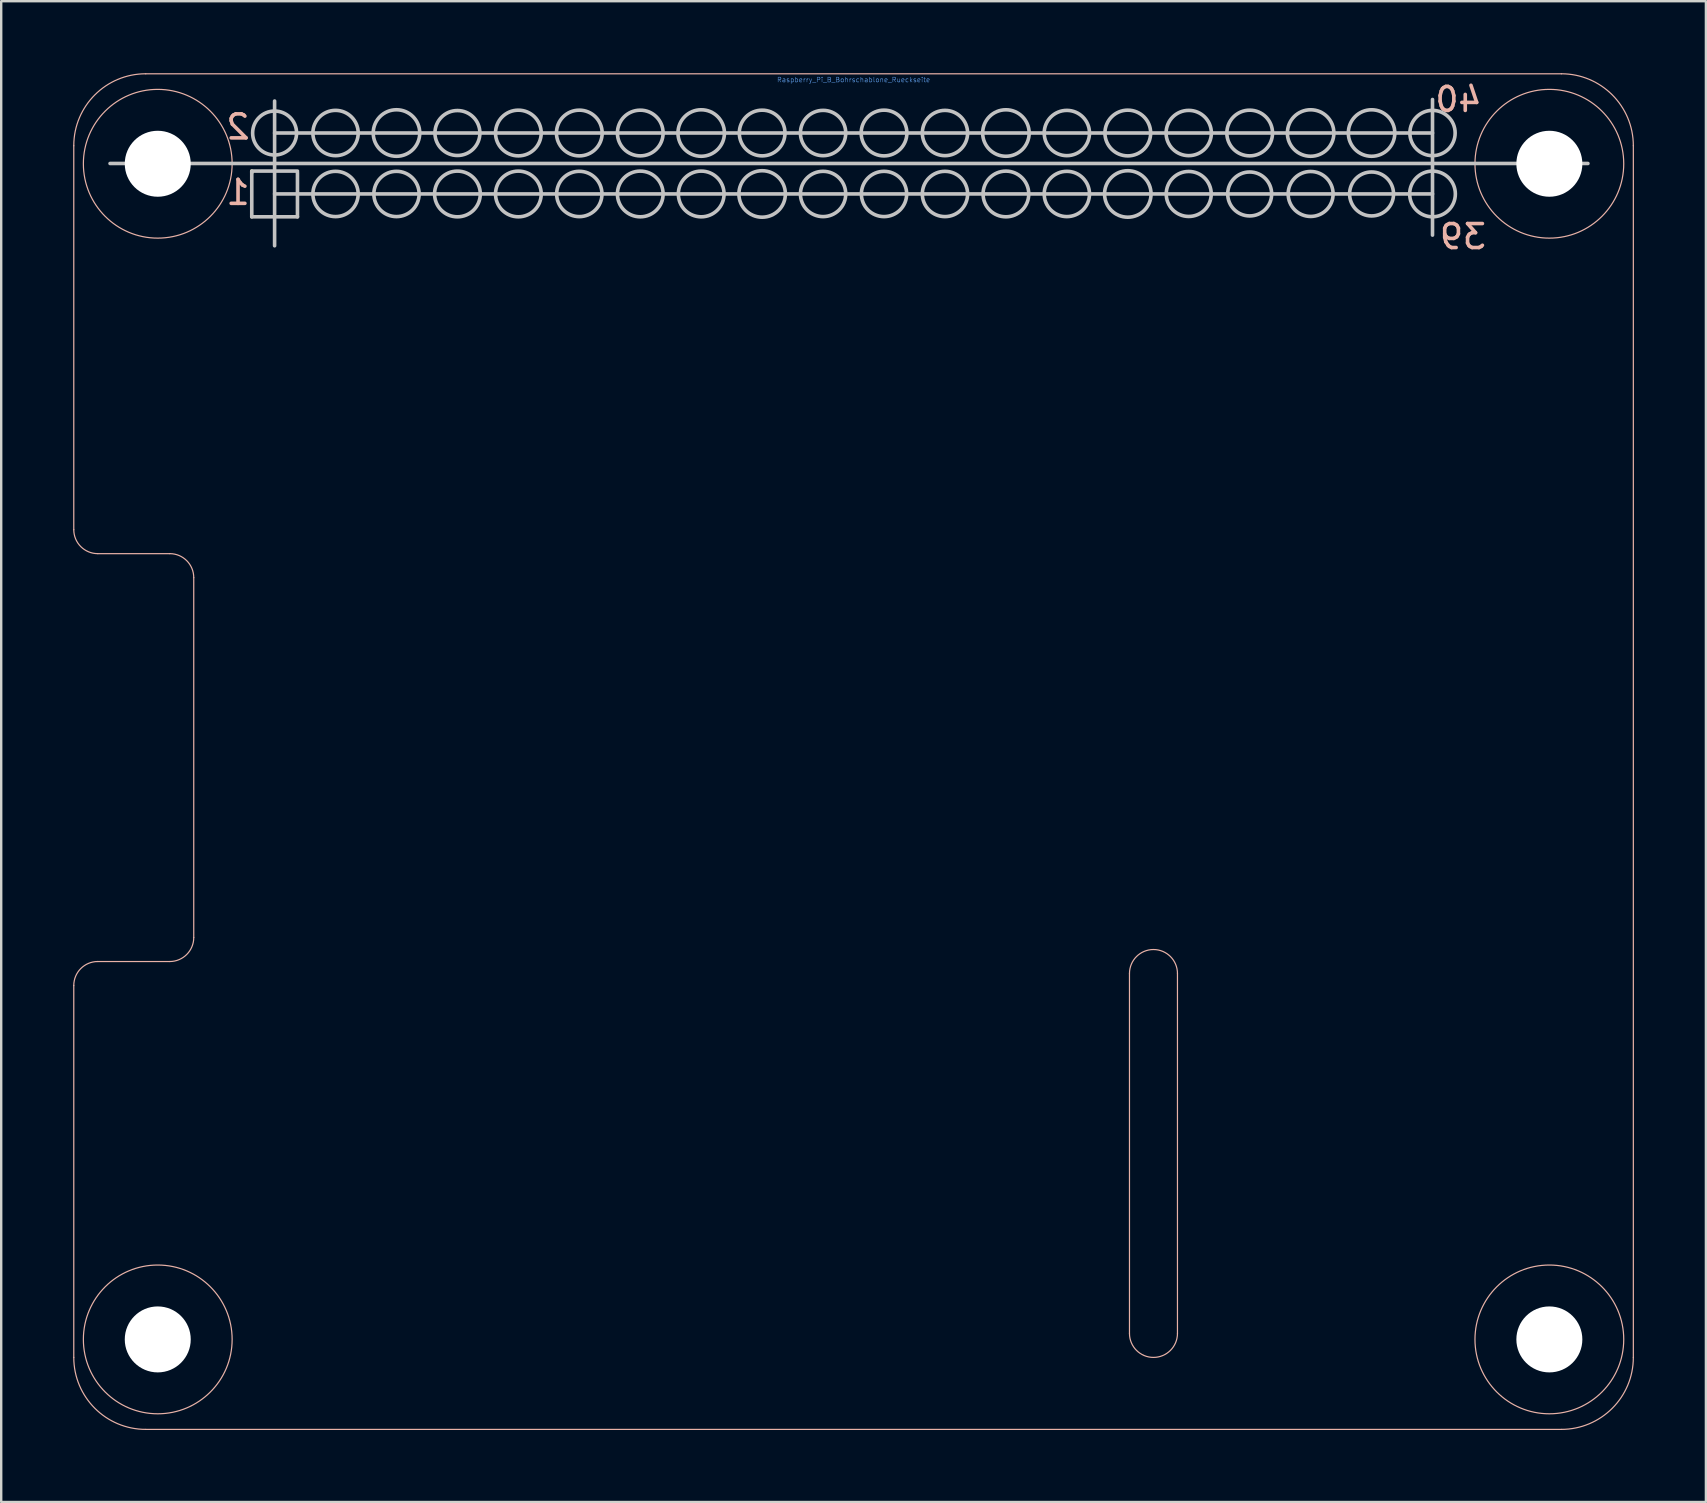
<source format=kicad_pcb>
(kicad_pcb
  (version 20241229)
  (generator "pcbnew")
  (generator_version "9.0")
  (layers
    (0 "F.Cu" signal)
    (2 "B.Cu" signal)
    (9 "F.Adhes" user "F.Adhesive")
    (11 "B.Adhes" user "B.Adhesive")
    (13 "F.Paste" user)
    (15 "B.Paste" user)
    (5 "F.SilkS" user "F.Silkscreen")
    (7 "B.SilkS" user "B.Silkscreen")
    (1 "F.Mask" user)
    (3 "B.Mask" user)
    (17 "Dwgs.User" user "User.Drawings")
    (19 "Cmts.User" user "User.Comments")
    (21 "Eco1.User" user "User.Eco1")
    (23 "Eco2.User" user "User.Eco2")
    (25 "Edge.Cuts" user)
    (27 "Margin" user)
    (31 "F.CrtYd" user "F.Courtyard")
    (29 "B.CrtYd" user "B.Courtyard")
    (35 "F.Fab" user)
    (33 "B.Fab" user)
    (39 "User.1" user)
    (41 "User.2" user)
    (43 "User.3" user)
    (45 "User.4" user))
  (footprint "Raspberry_Pi_B_Bohrschablone_Rueckseite"
    (layer "F.Cu")
    (at 32.525 28.275)
    (property "Reference" "Raspberry_Pi_B_Bohrschablone_Rueckseite" (at 0 -28 0) (layer "Cmts.User") (effects (font (size 0.2 0.2) (thickness 0.02))))
    (attr through_hole)
    (fp_line (start -25.082 -24.13) (end -25.082 -24.194) (stroke (width 0.15) (type solid)) (layer "F.SilkS"))
    (fp_line (start -32.5 -25.25) (end -32.5 -9.25) (stroke (width 0.05) (type solid)) (layer "B.SilkS"))
    (fp_line (start -32.5 9.75) (end -32.5 25.25) (stroke (width 0.05) (type solid)) (layer "B.SilkS"))
    (fp_line (start -31.5 -8.25) (end -28.5 -8.25) (stroke (width 0.05) (type solid)) (layer "B.SilkS"))
    (fp_line (start -31.5 8.75) (end -28.5 8.75) (stroke (width 0.05) (type solid)) (layer "B.SilkS"))
    (fp_line (start -29.5 -28.25) (end 29.5 -28.25) (stroke (width 0.05) (type solid)) (layer "B.SilkS"))
    (fp_line (start -29.5 28.25) (end 29.5 28.25) (stroke (width 0.05) (type solid)) (layer "B.SilkS"))
    (fp_line (start -27.5 -7.25) (end -27.5 7.75) (stroke (width 0.05) (type solid)) (layer "B.SilkS"))
    (fp_line (start 11.5 9.25) (end 11.5 24.25) (stroke (width 0.05) (type solid)) (layer "B.SilkS"))
    (fp_line (start 13.5 9.25) (end 13.5 24.25) (stroke (width 0.05) (type solid)) (layer "B.SilkS"))
    (fp_line (start 32.5 -25.25) (end 32.5 25.25) (stroke (width 0.05) (type solid)) (layer "B.SilkS"))
    (fp_arc (start -32.5 -25.25) (mid -31.62132 -27.37132) (end -29.5 -28.25) (stroke (width 0.05) (type solid)) (layer "B.SilkS"))
    (fp_arc (start -32.5 9.75) (mid -32.207107 9.042893) (end -31.5 8.75) (stroke (width 0.05) (type solid)) (layer "B.SilkS"))
    (fp_arc (start -31.5 -8.25) (mid -32.207107 -8.542893) (end -32.5 -9.25) (stroke (width 0.05) (type solid)) (layer "B.SilkS"))
    (fp_arc (start -29.5 28.25) (mid -31.62132 27.37132) (end -32.5 25.25) (stroke (width 0.05) (type solid)) (layer "B.SilkS"))
    (fp_arc (start -28.5 -8.25) (mid -27.792893 -7.957107) (end -27.5 -7.25) (stroke (width 0.05) (type solid)) (layer "B.SilkS"))
    (fp_arc (start -27.5 7.75) (mid -27.792893 8.457107) (end -28.5 8.75) (stroke (width 0.05) (type solid)) (layer "B.SilkS"))
    (fp_arc (start 11.5 9.25) (mid 12.5 8.25) (end 13.5 9.25) (stroke (width 0.05) (type solid)) (layer "B.SilkS"))
    (fp_arc (start 13.5 24.25) (mid 12.5 25.25) (end 11.5 24.25) (stroke (width 0.05) (type solid)) (layer "B.SilkS"))
    (fp_arc (start 29.5 -28.25) (mid 31.62132 -27.37132) (end 32.5 -25.25) (stroke (width 0.05) (type solid)) (layer "B.SilkS"))
    (fp_arc (start 32.5 25.25) (mid 31.62132 27.37132) (end 29.5 28.25) (stroke (width 0.05) (type solid)) (layer "B.SilkS"))
    (fp_circle (center -29 -24.5) (end -32.1 -24.5) (stroke (width 0.05) (type solid)) (fill no) (layer "B.SilkS"))
    (fp_circle (center -29 24.5) (end -32.1 24.5) (stroke (width 0.05) (type solid)) (fill no) (layer "B.SilkS"))
    (fp_circle (center 29 -24.5) (end 25.9 -24.5) (stroke (width 0.05) (type solid)) (fill no) (layer "B.SilkS"))
    (fp_circle (center 29 24.5) (end 25.9 24.5) (stroke (width 0.05) (type solid)) (fill no) (layer "B.SilkS"))
    (fp_line (start -30.988 -24.511) (end 30.607 -24.511) (stroke (width 0.15) (type solid)) (layer "Dwgs.User"))
    (fp_line (start -25.082 -24.194) (end -23.177 -24.194) (stroke (width 0.15) (type solid)) (layer "Dwgs.User"))
    (fp_line (start -25.082 -22.288) (end -25.082 -24.13) (stroke (width 0.15) (type solid)) (layer "Dwgs.User"))
    (fp_line (start -24.13 -27.114) (end -24.13 -21.082) (stroke (width 0.15) (type solid)) (layer "Dwgs.User"))
    (fp_line (start -24.13 -23.241) (end 24.13 -23.241) (stroke (width 0.15) (type solid)) (layer "Dwgs.User"))
    (fp_line (start -23.177 -24.13) (end -23.177 -22.288) (stroke (width 0.15) (type solid)) (layer "Dwgs.User"))
    (fp_line (start -23.177 -22.288) (end -25.082 -22.288) (stroke (width 0.15) (type solid)) (layer "Dwgs.User"))
    (fp_line (start 24.13 -25.781) (end -24.13 -25.781) (stroke (width 0.15) (type solid)) (layer "Dwgs.User"))
    (fp_line (start 24.13 -21.526) (end 24.13 -27.178) (stroke (width 0.15) (type solid)) (layer "Dwgs.User"))
    (fp_circle (center -24.13 -25.781) (end -23.368 -25.273) (stroke (width 0.15) (type solid)) (fill no) (layer "Dwgs.User"))
    (fp_circle (center -21.59 -25.781) (end -20.955 -25.082) (stroke (width 0.15) (type solid)) (fill no) (layer "Dwgs.User"))
    (fp_circle (center -21.59 -23.241) (end -20.892 -22.606) (stroke (width 0.15) (type solid)) (fill no) (layer "Dwgs.User"))
    (fp_circle (center -19.05 -25.781) (end -18.224 -25.273) (stroke (width 0.15) (type solid)) (fill no) (layer "Dwgs.User"))
    (fp_circle (center -19.05 -23.241) (end -18.415 -22.543) (stroke (width 0.15) (type solid)) (fill no) (layer "Dwgs.User"))
    (fp_circle (center -16.51 -25.781) (end -16.066 -24.956) (stroke (width 0.15) (type solid)) (fill no) (layer "Dwgs.User"))
    (fp_circle (center -16.51 -23.241) (end -15.938 -22.479) (stroke (width 0.15) (type solid)) (fill no) (layer "Dwgs.User"))
    (fp_circle (center -13.97 -25.781) (end -13.399 -25.019) (stroke (width 0.15) (type solid)) (fill no) (layer "Dwgs.User"))
    (fp_circle (center -13.97 -23.241) (end -13.399 -22.479) (stroke (width 0.15) (type solid)) (fill no) (layer "Dwgs.User"))
    (fp_circle (center -11.43 -25.781) (end -10.668 -25.209) (stroke (width 0.15) (type solid)) (fill no) (layer "Dwgs.User"))
    (fp_circle (center -11.43 -23.241) (end -12.129 -22.606) (stroke (width 0.15) (type solid)) (fill no) (layer "Dwgs.User"))
    (fp_circle (center -8.89 -25.781) (end -8.319 -25.019) (stroke (width 0.15) (type solid)) (fill no) (layer "Dwgs.User"))
    (fp_circle (center -8.89 -23.241) (end -8.319 -22.479) (stroke (width 0.15) (type solid)) (fill no) (layer "Dwgs.User"))
    (fp_circle (center -6.35 -25.781) (end -5.842 -24.956) (stroke (width 0.15) (type solid)) (fill no) (layer "Dwgs.User"))
    (fp_circle (center -6.35 -23.241) (end -7.112 -22.669) (stroke (width 0.15) (type solid)) (fill no) (layer "Dwgs.User"))
    (fp_circle (center -3.81 -25.781) (end -3.239 -25.019) (stroke (width 0.15) (type solid)) (fill no) (layer "Dwgs.User"))
    (fp_circle (center -3.81 -23.241) (end -3.302 -22.416) (stroke (width 0.15) (type solid)) (fill no) (layer "Dwgs.User"))
    (fp_circle (center -1.27 -25.781) (end -0.635 -25.082) (stroke (width 0.15) (type solid)) (fill no) (layer "Dwgs.User"))
    (fp_circle (center -1.27 -23.241) (end -0.953 -22.352) (stroke (width 0.15) (type solid)) (fill no) (layer "Dwgs.User"))
    (fp_circle (center 1.27 -25.781) (end 2.032 -25.209) (stroke (width 0.15) (type solid)) (fill no) (layer "Dwgs.User"))
    (fp_circle (center 1.27 -23.241) (end 1.905 -22.543) (stroke (width 0.15) (type solid)) (fill no) (layer "Dwgs.User"))
    (fp_circle (center 3.81 -25.781) (end 4.508 -25.146) (stroke (width 0.15) (type solid)) (fill no) (layer "Dwgs.User"))
    (fp_circle (center 3.81 -23.241) (end 4.508 -22.606) (stroke (width 0.15) (type solid)) (fill no) (layer "Dwgs.User"))
    (fp_circle (center 6.35 -25.781) (end 6.858 -24.956) (stroke (width 0.15) (type solid)) (fill no) (layer "Dwgs.User"))
    (fp_circle (center 6.35 -23.241) (end 6.921 -22.479) (stroke (width 0.15) (type solid)) (fill no) (layer "Dwgs.User"))
    (fp_circle (center 8.89 -25.781) (end 9.588 -25.146) (stroke (width 0.15) (type solid)) (fill no) (layer "Dwgs.User"))
    (fp_circle (center 8.89 -23.241) (end 9.207 -22.352) (stroke (width 0.15) (type solid)) (fill no) (layer "Dwgs.User"))
    (fp_circle (center 11.43 -25.781) (end 12.192 -25.209) (stroke (width 0.15) (type solid)) (fill no) (layer "Dwgs.User"))
    (fp_circle (center 11.43 -23.241) (end 11.938 -22.416) (stroke (width 0.15) (type solid)) (fill no) (layer "Dwgs.User"))
    (fp_circle (center 13.97 -25.781) (end 14.668 -25.146) (stroke (width 0.15) (type solid)) (fill no) (layer "Dwgs.User"))
    (fp_circle (center 13.97 -23.241) (end 14.796 -22.797) (stroke (width 0.15) (type solid)) (fill no) (layer "Dwgs.User"))
    (fp_circle (center 16.51 -25.781) (end 17.081 -25.019) (stroke (width 0.15) (type solid)) (fill no) (layer "Dwgs.User"))
    (fp_circle (center 16.51 -23.241) (end 17.272 -22.733) (stroke (width 0.15) (type solid)) (fill no) (layer "Dwgs.User"))
    (fp_circle (center 19.05 -25.781) (end 19.875 -25.273) (stroke (width 0.15) (type solid)) (fill no) (layer "Dwgs.User"))
    (fp_circle (center 19.05 -23.241) (end 19.875 -22.797) (stroke (width 0.15) (type solid)) (fill no) (layer "Dwgs.User"))
    (fp_circle (center 21.59 -25.781) (end 22.098 -24.956) (stroke (width 0.15) (type solid)) (fill no) (layer "Dwgs.User"))
    (fp_circle (center 21.59 -23.241) (end 22.352 -22.733) (stroke (width 0.15) (type solid)) (fill no) (layer "Dwgs.User"))
    (fp_circle (center 24.13 -25.781) (end 24.828 -25.146) (stroke (width 0.15) (type solid)) (fill no) (layer "Dwgs.User"))
    (fp_circle (center 24.13 -23.241) (end 24.701 -22.479) (stroke (width 0.15) (type solid)) (fill no) (layer "Dwgs.User"))
    (fp_text user "39" (at 25.4 -21.463 0) (layer "B.SilkS") (effects (font (size 1 1) (thickness 0.15)) (justify mirror)))
    (fp_text user "2" (at -25.654 -26.035 0) (layer "B.SilkS") (effects (font (size 1 1) (thickness 0.15)) (justify mirror)))
    (fp_text user "1" (at -25.654 -23.305 0) (layer "B.SilkS") (effects (font (size 1 1) (thickness 0.15)) (justify mirror)))
    (fp_text user "40" (at 25.209 -27.178 0) (layer "B.SilkS") (effects (font (size 1 1) (thickness 0.15)) (justify mirror)))
    (pad "" np_thru_hole circle (at -29 -24.5) (size 2.75 2.75) (drill 2.75) (layers "*.Cu" "*.Mask"))
    (pad "" np_thru_hole circle (at -29 24.5) (size 2.75 2.75) (drill 2.75) (layers "*.Cu" "*.Mask"))
    (pad "" np_thru_hole circle (at 29 -24.5) (size 2.75 2.75) (drill 2.75) (layers "*.Cu" "*.Mask"))
    (pad "" np_thru_hole circle (at 29 24.5) (size 2.75 2.75) (drill 2.75) (layers "*.Cu" "*.Mask")))
  (gr_rect
    (start -3 -3)
    (end 68.05 59.55)
    (stroke (width 0.1) (type default))
    (fill no)
    (layer "Edge.Cuts")))
</source>
